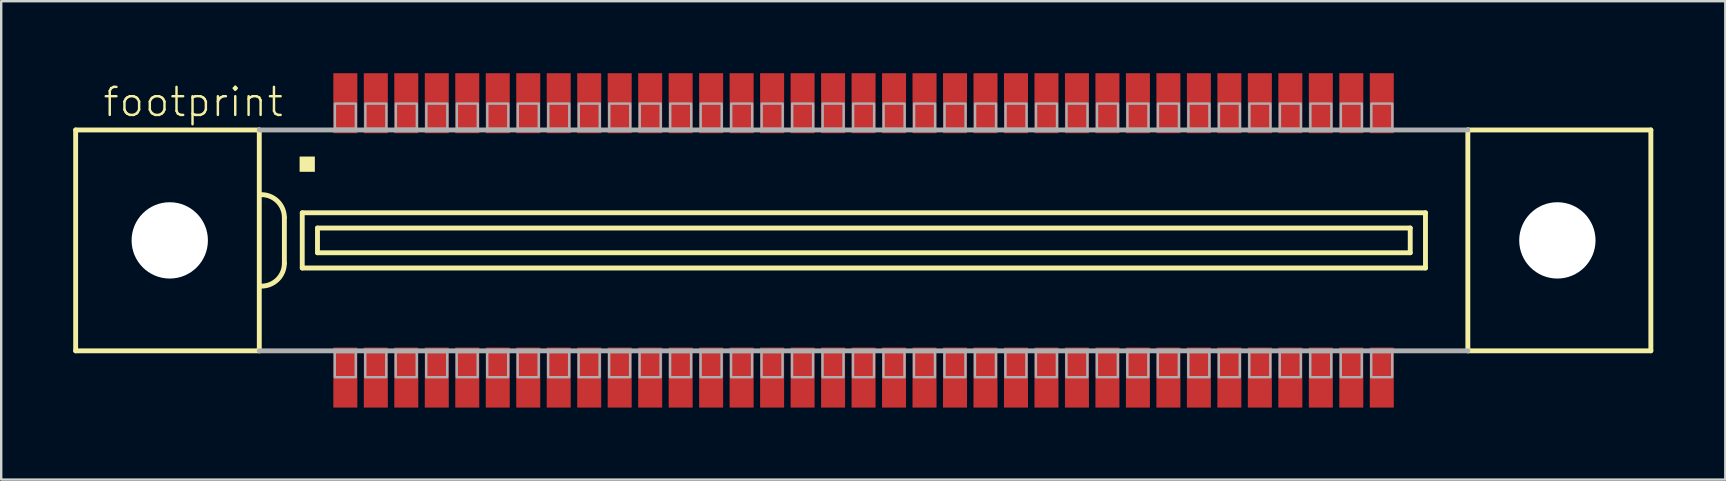
<source format=kicad_pcb>
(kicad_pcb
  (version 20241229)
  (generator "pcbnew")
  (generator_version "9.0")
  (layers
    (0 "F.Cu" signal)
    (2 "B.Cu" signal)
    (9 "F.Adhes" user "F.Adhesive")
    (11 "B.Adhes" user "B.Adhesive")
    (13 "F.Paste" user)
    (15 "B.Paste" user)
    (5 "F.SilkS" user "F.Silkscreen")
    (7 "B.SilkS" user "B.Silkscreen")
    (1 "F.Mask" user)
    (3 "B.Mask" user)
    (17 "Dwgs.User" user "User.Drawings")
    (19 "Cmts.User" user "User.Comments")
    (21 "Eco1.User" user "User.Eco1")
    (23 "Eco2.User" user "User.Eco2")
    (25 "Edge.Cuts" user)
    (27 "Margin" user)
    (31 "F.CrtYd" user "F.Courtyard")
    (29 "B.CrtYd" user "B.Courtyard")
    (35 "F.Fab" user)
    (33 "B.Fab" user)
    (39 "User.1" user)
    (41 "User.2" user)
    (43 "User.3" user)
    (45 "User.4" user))
  (footprint "footprint"
    (layer "F.Cu")
    (at 32.927 6.965)
    (property "Reference" "footprint" (at -31.75 -5.08 0) (layer "F.SilkS") (effects (font (size 1.168 1.168) (thickness 0.102)) (justify left bottom)))
    (fp_line (start -32.825 -4.6) (end -32.825 4.6) (stroke (width 0.203) (type solid)) (layer "F.SilkS"))
    (fp_line (start -32.825 4.6) (end -25.175 4.6) (stroke (width 0.203) (type solid)) (layer "F.SilkS"))
    (fp_line (start -25.175 -4.6) (end -32.825 -4.6) (stroke (width 0.203) (type solid)) (layer "F.SilkS"))
    (fp_line (start -25.175 -4.6) (end -25.175 4.6) (stroke (width 0.203) (type solid)) (layer "F.SilkS"))
    (fp_line (start -24.13 -0.953) (end -24.13 0.953) (stroke (width 0.203) (type solid)) (layer "F.SilkS"))
    (fp_line (start -23.385 -1.15) (end -23.385 1.15) (stroke (width 0.203) (type solid)) (layer "F.SilkS"))
    (fp_line (start -23.385 1.15) (end 23.41 1.15) (stroke (width 0.203) (type solid)) (layer "F.SilkS"))
    (fp_line (start -22.75 -0.515) (end -22.75 0.515) (stroke (width 0.203) (type solid)) (layer "F.SilkS"))
    (fp_line (start -22.75 0.515) (end 22.775 0.515) (stroke (width 0.203) (type solid)) (layer "F.SilkS"))
    (fp_line (start 22.775 -0.515) (end -22.75 -0.515) (stroke (width 0.203) (type solid)) (layer "F.SilkS"))
    (fp_line (start 22.775 0.515) (end 22.775 -0.515) (stroke (width 0.203) (type solid)) (layer "F.SilkS"))
    (fp_line (start 23.41 -1.15) (end -23.385 -1.15) (stroke (width 0.203) (type solid)) (layer "F.SilkS"))
    (fp_line (start 23.41 1.15) (end 23.41 -1.15) (stroke (width 0.203) (type solid)) (layer "F.SilkS"))
    (fp_line (start 25.175 4.6) (end 25.175 -4.6) (stroke (width 0.203) (type solid)) (layer "F.SilkS"))
    (fp_line (start 25.175 4.6) (end 32.8 4.6) (stroke (width 0.203) (type solid)) (layer "F.SilkS"))
    (fp_line (start 32.8 -4.6) (end 25.175 -4.6) (stroke (width 0.203) (type solid)) (layer "F.SilkS"))
    (fp_line (start 32.8 4.6) (end 32.8 -4.6) (stroke (width 0.203) (type solid)) (layer "F.SilkS"))
    (fp_arc (start -25.0825 -1.905) (mid -24.408981 -1.626019) (end -24.13 -0.9525) (stroke (width 0.2032) (type solid)) (layer "F.SilkS"))
    (fp_arc (start -24.13 0.9525) (mid -24.40901 1.625989) (end -25.082499 1.904999) (stroke (width 0.2032) (type solid)) (layer "F.SilkS"))
    (fp_poly (pts (xy -23.495 -2.857) (xy -22.86 -2.857) (xy -22.86 -3.493) (xy -23.495 -3.493)) (stroke (width 0) (type solid)) (fill yes) (layer "F.SilkS"))
    (fp_line (start -25.175 4.6) (end 25.175 4.6) (stroke (width 0.203) (type solid)) (layer "F.Fab"))
    (fp_line (start 25.175 -4.6) (end -25.175 -4.6) (stroke (width 0.203) (type solid)) (layer "F.Fab"))
    (fp_poly (pts (xy -22.025 -4.65) (xy -21.15 -4.65) (xy -21.15 -5.7) (xy -22.025 -5.7)) (stroke (width 0.1) (type solid)) (fill no) (layer "F.Fab"))
    (fp_poly (pts (xy -21.155 4.65) (xy -22.03 4.65) (xy -22.03 5.7) (xy -21.155 5.7)) (stroke (width 0.1) (type solid)) (fill no) (layer "F.Fab"))
    (fp_poly (pts (xy -20.755 -4.65) (xy -19.88 -4.65) (xy -19.88 -5.7) (xy -20.755 -5.7)) (stroke (width 0.1) (type solid)) (fill no) (layer "F.Fab"))
    (fp_poly (pts (xy -19.885 4.65) (xy -20.76 4.65) (xy -20.76 5.7) (xy -19.885 5.7)) (stroke (width 0.1) (type solid)) (fill no) (layer "F.Fab"))
    (fp_poly (pts (xy -19.485 -4.65) (xy -18.61 -4.65) (xy -18.61 -5.7) (xy -19.485 -5.7)) (stroke (width 0.1) (type solid)) (fill no) (layer "F.Fab"))
    (fp_poly (pts (xy -18.615 4.65) (xy -19.49 4.65) (xy -19.49 5.7) (xy -18.615 5.7)) (stroke (width 0.1) (type solid)) (fill no) (layer "F.Fab"))
    (fp_poly (pts (xy -18.215 -4.65) (xy -17.34 -4.65) (xy -17.34 -5.7) (xy -18.215 -5.7)) (stroke (width 0.1) (type solid)) (fill no) (layer "F.Fab"))
    (fp_poly (pts (xy -17.345 4.65) (xy -18.22 4.65) (xy -18.22 5.7) (xy -17.345 5.7)) (stroke (width 0.1) (type solid)) (fill no) (layer "F.Fab"))
    (fp_poly (pts (xy -16.945 -4.65) (xy -16.07 -4.65) (xy -16.07 -5.7) (xy -16.945 -5.7)) (stroke (width 0.1) (type solid)) (fill no) (layer "F.Fab"))
    (fp_poly (pts (xy -16.075 4.65) (xy -16.95 4.65) (xy -16.95 5.7) (xy -16.075 5.7)) (stroke (width 0.1) (type solid)) (fill no) (layer "F.Fab"))
    (fp_poly (pts (xy -15.675 -4.65) (xy -14.8 -4.65) (xy -14.8 -5.7) (xy -15.675 -5.7)) (stroke (width 0.1) (type solid)) (fill no) (layer "F.Fab"))
    (fp_poly (pts (xy -14.805 4.65) (xy -15.68 4.65) (xy -15.68 5.7) (xy -14.805 5.7)) (stroke (width 0.1) (type solid)) (fill no) (layer "F.Fab"))
    (fp_poly (pts (xy -14.405 -4.65) (xy -13.53 -4.65) (xy -13.53 -5.7) (xy -14.405 -5.7)) (stroke (width 0.1) (type solid)) (fill no) (layer "F.Fab"))
    (fp_poly (pts (xy -13.535 4.65) (xy -14.41 4.65) (xy -14.41 5.7) (xy -13.535 5.7)) (stroke (width 0.1) (type solid)) (fill no) (layer "F.Fab"))
    (fp_poly (pts (xy -13.135 -4.65) (xy -12.26 -4.65) (xy -12.26 -5.7) (xy -13.135 -5.7)) (stroke (width 0.1) (type solid)) (fill no) (layer "F.Fab"))
    (fp_poly (pts (xy -12.265 4.65) (xy -13.14 4.65) (xy -13.14 5.7) (xy -12.265 5.7)) (stroke (width 0.1) (type solid)) (fill no) (layer "F.Fab"))
    (fp_poly (pts (xy -11.865 -4.65) (xy -10.99 -4.65) (xy -10.99 -5.7) (xy -11.865 -5.7)) (stroke (width 0.1) (type solid)) (fill no) (layer "F.Fab"))
    (fp_poly (pts (xy -10.995 4.65) (xy -11.87 4.65) (xy -11.87 5.7) (xy -10.995 5.7)) (stroke (width 0.1) (type solid)) (fill no) (layer "F.Fab"))
    (fp_poly (pts (xy -10.595 -4.65) (xy -9.72 -4.65) (xy -9.72 -5.7) (xy -10.595 -5.7)) (stroke (width 0.1) (type solid)) (fill no) (layer "F.Fab"))
    (fp_poly (pts (xy -9.725 4.65) (xy -10.6 4.65) (xy -10.6 5.7) (xy -9.725 5.7)) (stroke (width 0.1) (type solid)) (fill no) (layer "F.Fab"))
    (fp_poly (pts (xy -9.325 -4.65) (xy -8.45 -4.65) (xy -8.45 -5.7) (xy -9.325 -5.7)) (stroke (width 0.1) (type solid)) (fill no) (layer "F.Fab"))
    (fp_poly (pts (xy -8.455 4.65) (xy -9.33 4.65) (xy -9.33 5.7) (xy -8.455 5.7)) (stroke (width 0.1) (type solid)) (fill no) (layer "F.Fab"))
    (fp_poly (pts (xy -8.055 -4.65) (xy -7.18 -4.65) (xy -7.18 -5.7) (xy -8.055 -5.7)) (stroke (width 0.1) (type solid)) (fill no) (layer "F.Fab"))
    (fp_poly (pts (xy -7.185 4.65) (xy -8.06 4.65) (xy -8.06 5.7) (xy -7.185 5.7)) (stroke (width 0.1) (type solid)) (fill no) (layer "F.Fab"))
    (fp_poly (pts (xy -6.785 -4.65) (xy -5.91 -4.65) (xy -5.91 -5.7) (xy -6.785 -5.7)) (stroke (width 0.1) (type solid)) (fill no) (layer "F.Fab"))
    (fp_poly (pts (xy -5.915 4.65) (xy -6.79 4.65) (xy -6.79 5.7) (xy -5.915 5.7)) (stroke (width 0.1) (type solid)) (fill no) (layer "F.Fab"))
    (fp_poly (pts (xy -5.515 -4.65) (xy -4.64 -4.65) (xy -4.64 -5.7) (xy -5.515 -5.7)) (stroke (width 0.1) (type solid)) (fill no) (layer "F.Fab"))
    (fp_poly (pts (xy -4.645 4.65) (xy -5.52 4.65) (xy -5.52 5.7) (xy -4.645 5.7)) (stroke (width 0.1) (type solid)) (fill no) (layer "F.Fab"))
    (fp_poly (pts (xy -4.245 -4.65) (xy -3.37 -4.65) (xy -3.37 -5.7) (xy -4.245 -5.7)) (stroke (width 0.1) (type solid)) (fill no) (layer "F.Fab"))
    (fp_poly (pts (xy -3.375 4.65) (xy -4.25 4.65) (xy -4.25 5.7) (xy -3.375 5.7)) (stroke (width 0.1) (type solid)) (fill no) (layer "F.Fab"))
    (fp_poly (pts (xy -2.975 -4.65) (xy -2.1 -4.65) (xy -2.1 -5.7) (xy -2.975 -5.7)) (stroke (width 0.1) (type solid)) (fill no) (layer "F.Fab"))
    (fp_poly (pts (xy -2.105 4.65) (xy -2.98 4.65) (xy -2.98 5.7) (xy -2.105 5.7)) (stroke (width 0.1) (type solid)) (fill no) (layer "F.Fab"))
    (fp_poly (pts (xy -1.705 -4.65) (xy -0.83 -4.65) (xy -0.83 -5.7) (xy -1.705 -5.7)) (stroke (width 0.1) (type solid)) (fill no) (layer "F.Fab"))
    (fp_poly (pts (xy -0.835 4.65) (xy -1.71 4.65) (xy -1.71 5.7) (xy -0.835 5.7)) (stroke (width 0.1) (type solid)) (fill no) (layer "F.Fab"))
    (fp_poly (pts (xy -0.435 -4.65) (xy 0.44 -4.65) (xy 0.44 -5.7) (xy -0.435 -5.7)) (stroke (width 0.1) (type solid)) (fill no) (layer "F.Fab"))
    (fp_poly (pts (xy 0.435 4.65) (xy -0.44 4.65) (xy -0.44 5.7) (xy 0.435 5.7)) (stroke (width 0.1) (type solid)) (fill no) (layer "F.Fab"))
    (fp_poly (pts (xy 0.835 -4.65) (xy 1.71 -4.65) (xy 1.71 -5.7) (xy 0.835 -5.7)) (stroke (width 0.1) (type solid)) (fill no) (layer "F.Fab"))
    (fp_poly (pts (xy 1.705 4.65) (xy 0.83 4.65) (xy 0.83 5.7) (xy 1.705 5.7)) (stroke (width 0.1) (type solid)) (fill no) (layer "F.Fab"))
    (fp_poly (pts (xy 2.105 -4.65) (xy 2.98 -4.65) (xy 2.98 -5.7) (xy 2.105 -5.7)) (stroke (width 0.1) (type solid)) (fill no) (layer "F.Fab"))
    (fp_poly (pts (xy 2.975 4.65) (xy 2.1 4.65) (xy 2.1 5.7) (xy 2.975 5.7)) (stroke (width 0.1) (type solid)) (fill no) (layer "F.Fab"))
    (fp_poly (pts (xy 3.375 -4.65) (xy 4.25 -4.65) (xy 4.25 -5.7) (xy 3.375 -5.7)) (stroke (width 0.1) (type solid)) (fill no) (layer "F.Fab"))
    (fp_poly (pts (xy 4.245 4.65) (xy 3.37 4.65) (xy 3.37 5.7) (xy 4.245 5.7)) (stroke (width 0.1) (type solid)) (fill no) (layer "F.Fab"))
    (fp_poly (pts (xy 4.645 -4.65) (xy 5.52 -4.65) (xy 5.52 -5.7) (xy 4.645 -5.7)) (stroke (width 0.1) (type solid)) (fill no) (layer "F.Fab"))
    (fp_poly (pts (xy 5.515 4.65) (xy 4.64 4.65) (xy 4.64 5.7) (xy 5.515 5.7)) (stroke (width 0.1) (type solid)) (fill no) (layer "F.Fab"))
    (fp_poly (pts (xy 5.915 -4.65) (xy 6.79 -4.65) (xy 6.79 -5.7) (xy 5.915 -5.7)) (stroke (width 0.1) (type solid)) (fill no) (layer "F.Fab"))
    (fp_poly (pts (xy 6.785 4.65) (xy 5.91 4.65) (xy 5.91 5.7) (xy 6.785 5.7)) (stroke (width 0.1) (type solid)) (fill no) (layer "F.Fab"))
    (fp_poly (pts (xy 7.185 -4.65) (xy 8.06 -4.65) (xy 8.06 -5.7) (xy 7.185 -5.7)) (stroke (width 0.1) (type solid)) (fill no) (layer "F.Fab"))
    (fp_poly (pts (xy 8.055 4.65) (xy 7.18 4.65) (xy 7.18 5.7) (xy 8.055 5.7)) (stroke (width 0.1) (type solid)) (fill no) (layer "F.Fab"))
    (fp_poly (pts (xy 8.455 -4.65) (xy 9.33 -4.65) (xy 9.33 -5.7) (xy 8.455 -5.7)) (stroke (width 0.1) (type solid)) (fill no) (layer "F.Fab"))
    (fp_poly (pts (xy 9.325 4.65) (xy 8.45 4.65) (xy 8.45 5.7) (xy 9.325 5.7)) (stroke (width 0.1) (type solid)) (fill no) (layer "F.Fab"))
    (fp_poly (pts (xy 9.725 -4.65) (xy 10.6 -4.65) (xy 10.6 -5.7) (xy 9.725 -5.7)) (stroke (width 0.1) (type solid)) (fill no) (layer "F.Fab"))
    (fp_poly (pts (xy 10.595 4.65) (xy 9.72 4.65) (xy 9.72 5.7) (xy 10.595 5.7)) (stroke (width 0.1) (type solid)) (fill no) (layer "F.Fab"))
    (fp_poly (pts (xy 10.995 -4.65) (xy 11.87 -4.65) (xy 11.87 -5.7) (xy 10.995 -5.7)) (stroke (width 0.1) (type solid)) (fill no) (layer "F.Fab"))
    (fp_poly (pts (xy 11.865 4.65) (xy 10.99 4.65) (xy 10.99 5.7) (xy 11.865 5.7)) (stroke (width 0.1) (type solid)) (fill no) (layer "F.Fab"))
    (fp_poly (pts (xy 12.265 -4.65) (xy 13.14 -4.65) (xy 13.14 -5.7) (xy 12.265 -5.7)) (stroke (width 0.1) (type solid)) (fill no) (layer "F.Fab"))
    (fp_poly (pts (xy 13.135 4.65) (xy 12.26 4.65) (xy 12.26 5.7) (xy 13.135 5.7)) (stroke (width 0.1) (type solid)) (fill no) (layer "F.Fab"))
    (fp_poly (pts (xy 13.535 -4.65) (xy 14.41 -4.65) (xy 14.41 -5.7) (xy 13.535 -5.7)) (stroke (width 0.1) (type solid)) (fill no) (layer "F.Fab"))
    (fp_poly (pts (xy 14.405 4.65) (xy 13.53 4.65) (xy 13.53 5.7) (xy 14.405 5.7)) (stroke (width 0.1) (type solid)) (fill no) (layer "F.Fab"))
    (fp_poly (pts (xy 14.805 -4.65) (xy 15.68 -4.65) (xy 15.68 -5.7) (xy 14.805 -5.7)) (stroke (width 0.1) (type solid)) (fill no) (layer "F.Fab"))
    (fp_poly (pts (xy 15.675 4.65) (xy 14.8 4.65) (xy 14.8 5.7) (xy 15.675 5.7)) (stroke (width 0.1) (type solid)) (fill no) (layer "F.Fab"))
    (fp_poly (pts (xy 16.075 -4.65) (xy 16.95 -4.65) (xy 16.95 -5.7) (xy 16.075 -5.7)) (stroke (width 0.1) (type solid)) (fill no) (layer "F.Fab"))
    (fp_poly (pts (xy 16.945 4.65) (xy 16.07 4.65) (xy 16.07 5.7) (xy 16.945 5.7)) (stroke (width 0.1) (type solid)) (fill no) (layer "F.Fab"))
    (fp_poly (pts (xy 17.345 -4.65) (xy 18.22 -4.65) (xy 18.22 -5.7) (xy 17.345 -5.7)) (stroke (width 0.1) (type solid)) (fill no) (layer "F.Fab"))
    (fp_poly (pts (xy 18.215 4.65) (xy 17.34 4.65) (xy 17.34 5.7) (xy 18.215 5.7)) (stroke (width 0.1) (type solid)) (fill no) (layer "F.Fab"))
    (fp_poly (pts (xy 18.615 -4.65) (xy 19.49 -4.65) (xy 19.49 -5.7) (xy 18.615 -5.7)) (stroke (width 0.1) (type solid)) (fill no) (layer "F.Fab"))
    (fp_poly (pts (xy 19.485 4.65) (xy 18.61 4.65) (xy 18.61 5.7) (xy 19.485 5.7)) (stroke (width 0.1) (type solid)) (fill no) (layer "F.Fab"))
    (fp_poly (pts (xy 19.885 -4.65) (xy 20.76 -4.65) (xy 20.76 -5.7) (xy 19.885 -5.7)) (stroke (width 0.1) (type solid)) (fill no) (layer "F.Fab"))
    (fp_poly (pts (xy 20.755 4.65) (xy 19.88 4.65) (xy 19.88 5.7) (xy 20.755 5.7)) (stroke (width 0.1) (type solid)) (fill no) (layer "F.Fab"))
    (fp_poly (pts (xy 21.155 -4.65) (xy 22.03 -4.65) (xy 22.03 -5.7) (xy 21.155 -5.7)) (stroke (width 0.1) (type solid)) (fill no) (layer "F.Fab"))
    (fp_poly (pts (xy 22.025 4.65) (xy 21.15 4.65) (xy 21.15 5.7) (xy 22.025 5.7)) (stroke (width 0.1) (type solid)) (fill no) (layer "F.Fab"))
    (pad "" np_thru_hole circle (at -28.905 0) (size 3.18 3.18) (drill 3.18) (layers "*.Cu" "*.Mask"))
    (pad "" np_thru_hole circle (at 28.905 0) (size 3.18 3.18) (drill 3.18) (layers "*.Cu" "*.Mask"))
    (pad "1" smd rect (at -21.59 -5.715) (size 1 2.5) (layers "F.Cu" "F.Mask" "F.Paste"))
    (pad "2" smd rect (at -20.32 -5.715) (size 1 2.5) (layers "F.Cu" "F.Mask" "F.Paste"))
    (pad "3" smd rect (at -19.05 -5.715) (size 1 2.5) (layers "F.Cu" "F.Mask" "F.Paste"))
    (pad "4" smd rect (at -17.78 -5.715) (size 1 2.5) (layers "F.Cu" "F.Mask" "F.Paste"))
    (pad "5" smd rect (at -16.51 -5.715) (size 1 2.5) (layers "F.Cu" "F.Mask" "F.Paste"))
    (pad "6" smd rect (at -15.24 -5.715) (size 1 2.5) (layers "F.Cu" "F.Mask" "F.Paste"))
    (pad "7" smd rect (at -13.97 -5.715) (size 1 2.5) (layers "F.Cu" "F.Mask" "F.Paste"))
    (pad "8" smd rect (at -12.7 -5.715) (size 1 2.5) (layers "F.Cu" "F.Mask" "F.Paste"))
    (pad "9" smd rect (at -11.43 -5.715) (size 1 2.5) (layers "F.Cu" "F.Mask" "F.Paste"))
    (pad "10" smd rect (at -10.16 -5.715) (size 1 2.5) (layers "F.Cu" "F.Mask" "F.Paste"))
    (pad "11" smd rect (at -8.89 -5.715 180) (size 1 2.5) (layers "F.Cu" "F.Mask" "F.Paste"))
    (pad "12" smd rect (at -7.62 -5.715 180) (size 1 2.5) (layers "F.Cu" "F.Mask" "F.Paste"))
    (pad "13" smd rect (at -6.35 -5.715 180) (size 1 2.5) (layers "F.Cu" "F.Mask" "F.Paste"))
    (pad "14" smd rect (at -5.08 -5.715 180) (size 1 2.5) (layers "F.Cu" "F.Mask" "F.Paste"))
    (pad "15" smd rect (at -3.81 -5.715 180) (size 1 2.5) (layers "F.Cu" "F.Mask" "F.Paste"))
    (pad "16" smd rect (at -2.54 -5.715 180) (size 1 2.5) (layers "F.Cu" "F.Mask" "F.Paste"))
    (pad "17" smd rect (at -1.27 -5.715 180) (size 1 2.5) (layers "F.Cu" "F.Mask" "F.Paste"))
    (pad "18" smd rect (at 0 -5.715 180) (size 1 2.5) (layers "F.Cu" "F.Mask" "F.Paste"))
    (pad "19" smd rect (at 1.27 -5.715 180) (size 1 2.5) (layers "F.Cu" "F.Mask" "F.Paste"))
    (pad "20" smd rect (at 2.54 -5.715 180) (size 1 2.5) (layers "F.Cu" "F.Mask" "F.Paste"))
    (pad "21" smd rect (at 3.81 -5.715 180) (size 1 2.5) (layers "F.Cu" "F.Mask" "F.Paste"))
    (pad "22" smd rect (at 5.08 -5.715 180) (size 1 2.5) (layers "F.Cu" "F.Mask" "F.Paste"))
    (pad "23" smd rect (at 6.35 -5.715 180) (size 1 2.5) (layers "F.Cu" "F.Mask" "F.Paste"))
    (pad "24" smd rect (at 7.62 -5.715 180) (size 1 2.5) (layers "F.Cu" "F.Mask" "F.Paste"))
    (pad "25" smd rect (at 8.89 -5.715 180) (size 1 2.5) (layers "F.Cu" "F.Mask" "F.Paste"))
    (pad "26" smd rect (at 10.16 -5.715 180) (size 1 2.5) (layers "F.Cu" "F.Mask" "F.Paste"))
    (pad "27" smd rect (at 11.43 -5.715 180) (size 1 2.5) (layers "F.Cu" "F.Mask" "F.Paste"))
    (pad "28" smd rect (at 12.7 -5.715 180) (size 1 2.5) (layers "F.Cu" "F.Mask" "F.Paste"))
    (pad "29" smd rect (at 13.97 -5.715 180) (size 1 2.5) (layers "F.Cu" "F.Mask" "F.Paste"))
    (pad "30" smd rect (at 15.24 -5.715 180) (size 1 2.5) (layers "F.Cu" "F.Mask" "F.Paste"))
    (pad "31" smd rect (at 16.51 -5.715 180) (size 1 2.5) (layers "F.Cu" "F.Mask" "F.Paste"))
    (pad "32" smd rect (at 17.78 -5.715 180) (size 1 2.5) (layers "F.Cu" "F.Mask" "F.Paste"))
    (pad "33" smd rect (at 19.05 -5.715 180) (size 1 2.5) (layers "F.Cu" "F.Mask" "F.Paste"))
    (pad "34" smd rect (at 20.32 -5.715 180) (size 1 2.5) (layers "F.Cu" "F.Mask" "F.Paste"))
    (pad "35" smd rect (at 21.59 -5.715 180) (size 1 2.5) (layers "F.Cu" "F.Mask" "F.Paste"))
    (pad "36" smd rect (at -21.59 5.715) (size 1 2.5) (layers "F.Cu" "F.Mask" "F.Paste"))
    (pad "37" smd rect (at -20.32 5.715) (size 1 2.5) (layers "F.Cu" "F.Mask" "F.Paste"))
    (pad "38" smd rect (at -19.05 5.715) (size 1 2.5) (layers "F.Cu" "F.Mask" "F.Paste"))
    (pad "39" smd rect (at -17.78 5.715) (size 1 2.5) (layers "F.Cu" "F.Mask" "F.Paste"))
    (pad "40" smd rect (at -16.51 5.715) (size 1 2.5) (layers "F.Cu" "F.Mask" "F.Paste"))
    (pad "41" smd rect (at -15.24 5.715) (size 1 2.5) (layers "F.Cu" "F.Mask" "F.Paste"))
    (pad "42" smd rect (at -13.97 5.715) (size 1 2.5) (layers "F.Cu" "F.Mask" "F.Paste"))
    (pad "43" smd rect (at -12.7 5.715) (size 1 2.5) (layers "F.Cu" "F.Mask" "F.Paste"))
    (pad "44" smd rect (at -11.43 5.715) (size 1 2.5) (layers "F.Cu" "F.Mask" "F.Paste"))
    (pad "45" smd rect (at -10.16 5.715) (size 1 2.5) (layers "F.Cu" "F.Mask" "F.Paste"))
    (pad "46" smd rect (at -8.89 5.715) (size 1 2.5) (layers "F.Cu" "F.Mask" "F.Paste"))
    (pad "47" smd rect (at -7.62 5.715) (size 1 2.5) (layers "F.Cu" "F.Mask" "F.Paste"))
    (pad "48" smd rect (at -6.35 5.715) (size 1 2.5) (layers "F.Cu" "F.Mask" "F.Paste"))
    (pad "49" smd rect (at -5.08 5.715) (size 1 2.5) (layers "F.Cu" "F.Mask" "F.Paste"))
    (pad "50" smd rect (at -3.81 5.715) (size 1 2.5) (layers "F.Cu" "F.Mask" "F.Paste"))
    (pad "51" smd rect (at -2.54 5.715) (size 1 2.5) (layers "F.Cu" "F.Mask" "F.Paste"))
    (pad "52" smd rect (at -1.27 5.715) (size 1 2.5) (layers "F.Cu" "F.Mask" "F.Paste"))
    (pad "53" smd rect (at 0 5.715) (size 1 2.5) (layers "F.Cu" "F.Mask" "F.Paste"))
    (pad "54" smd rect (at 1.27 5.715) (size 1 2.5) (layers "F.Cu" "F.Mask" "F.Paste"))
    (pad "55" smd rect (at 2.54 5.715) (size 1 2.5) (layers "F.Cu" "F.Mask" "F.Paste"))
    (pad "56" smd rect (at 3.81 5.715) (size 1 2.5) (layers "F.Cu" "F.Mask" "F.Paste"))
    (pad "57" smd rect (at 5.08 5.715) (size 1 2.5) (layers "F.Cu" "F.Mask" "F.Paste"))
    (pad "58" smd rect (at 6.35 5.715) (size 1 2.5) (layers "F.Cu" "F.Mask" "F.Paste"))
    (pad "59" smd rect (at 7.62 5.715) (size 1 2.5) (layers "F.Cu" "F.Mask" "F.Paste"))
    (pad "60" smd rect (at 8.89 5.715) (size 1 2.5) (layers "F.Cu" "F.Mask" "F.Paste"))
    (pad "61" smd rect (at 10.16 5.715) (size 1 2.5) (layers "F.Cu" "F.Mask" "F.Paste"))
    (pad "62" smd rect (at 11.43 5.715) (size 1 2.5) (layers "F.Cu" "F.Mask" "F.Paste"))
    (pad "63" smd rect (at 12.7 5.715) (size 1 2.5) (layers "F.Cu" "F.Mask" "F.Paste"))
    (pad "64" smd rect (at 13.97 5.715) (size 1 2.5) (layers "F.Cu" "F.Mask" "F.Paste"))
    (pad "65" smd rect (at 15.24 5.715) (size 1 2.5) (layers "F.Cu" "F.Mask" "F.Paste"))
    (pad "66" smd rect (at 16.51 5.715) (size 1 2.5) (layers "F.Cu" "F.Mask" "F.Paste"))
    (pad "67" smd rect (at 17.78 5.715) (size 1 2.5) (layers "F.Cu" "F.Mask" "F.Paste"))
    (pad "68" smd rect (at 19.05 5.715) (size 1 2.5) (layers "F.Cu" "F.Mask" "F.Paste"))
    (pad "69" smd rect (at 20.32 5.715) (size 1 2.5) (layers "F.Cu" "F.Mask" "F.Paste"))
    (pad "70" smd rect (at 21.59 5.715) (size 1 2.5) (layers "F.Cu" "F.Mask" "F.Paste")))
  (gr_rect
    (start -3 -3)
    (end 68.828 16.93)
    (stroke (width 0.1) (type default))
    (fill no)
    (layer "Edge.Cuts")))
</source>
